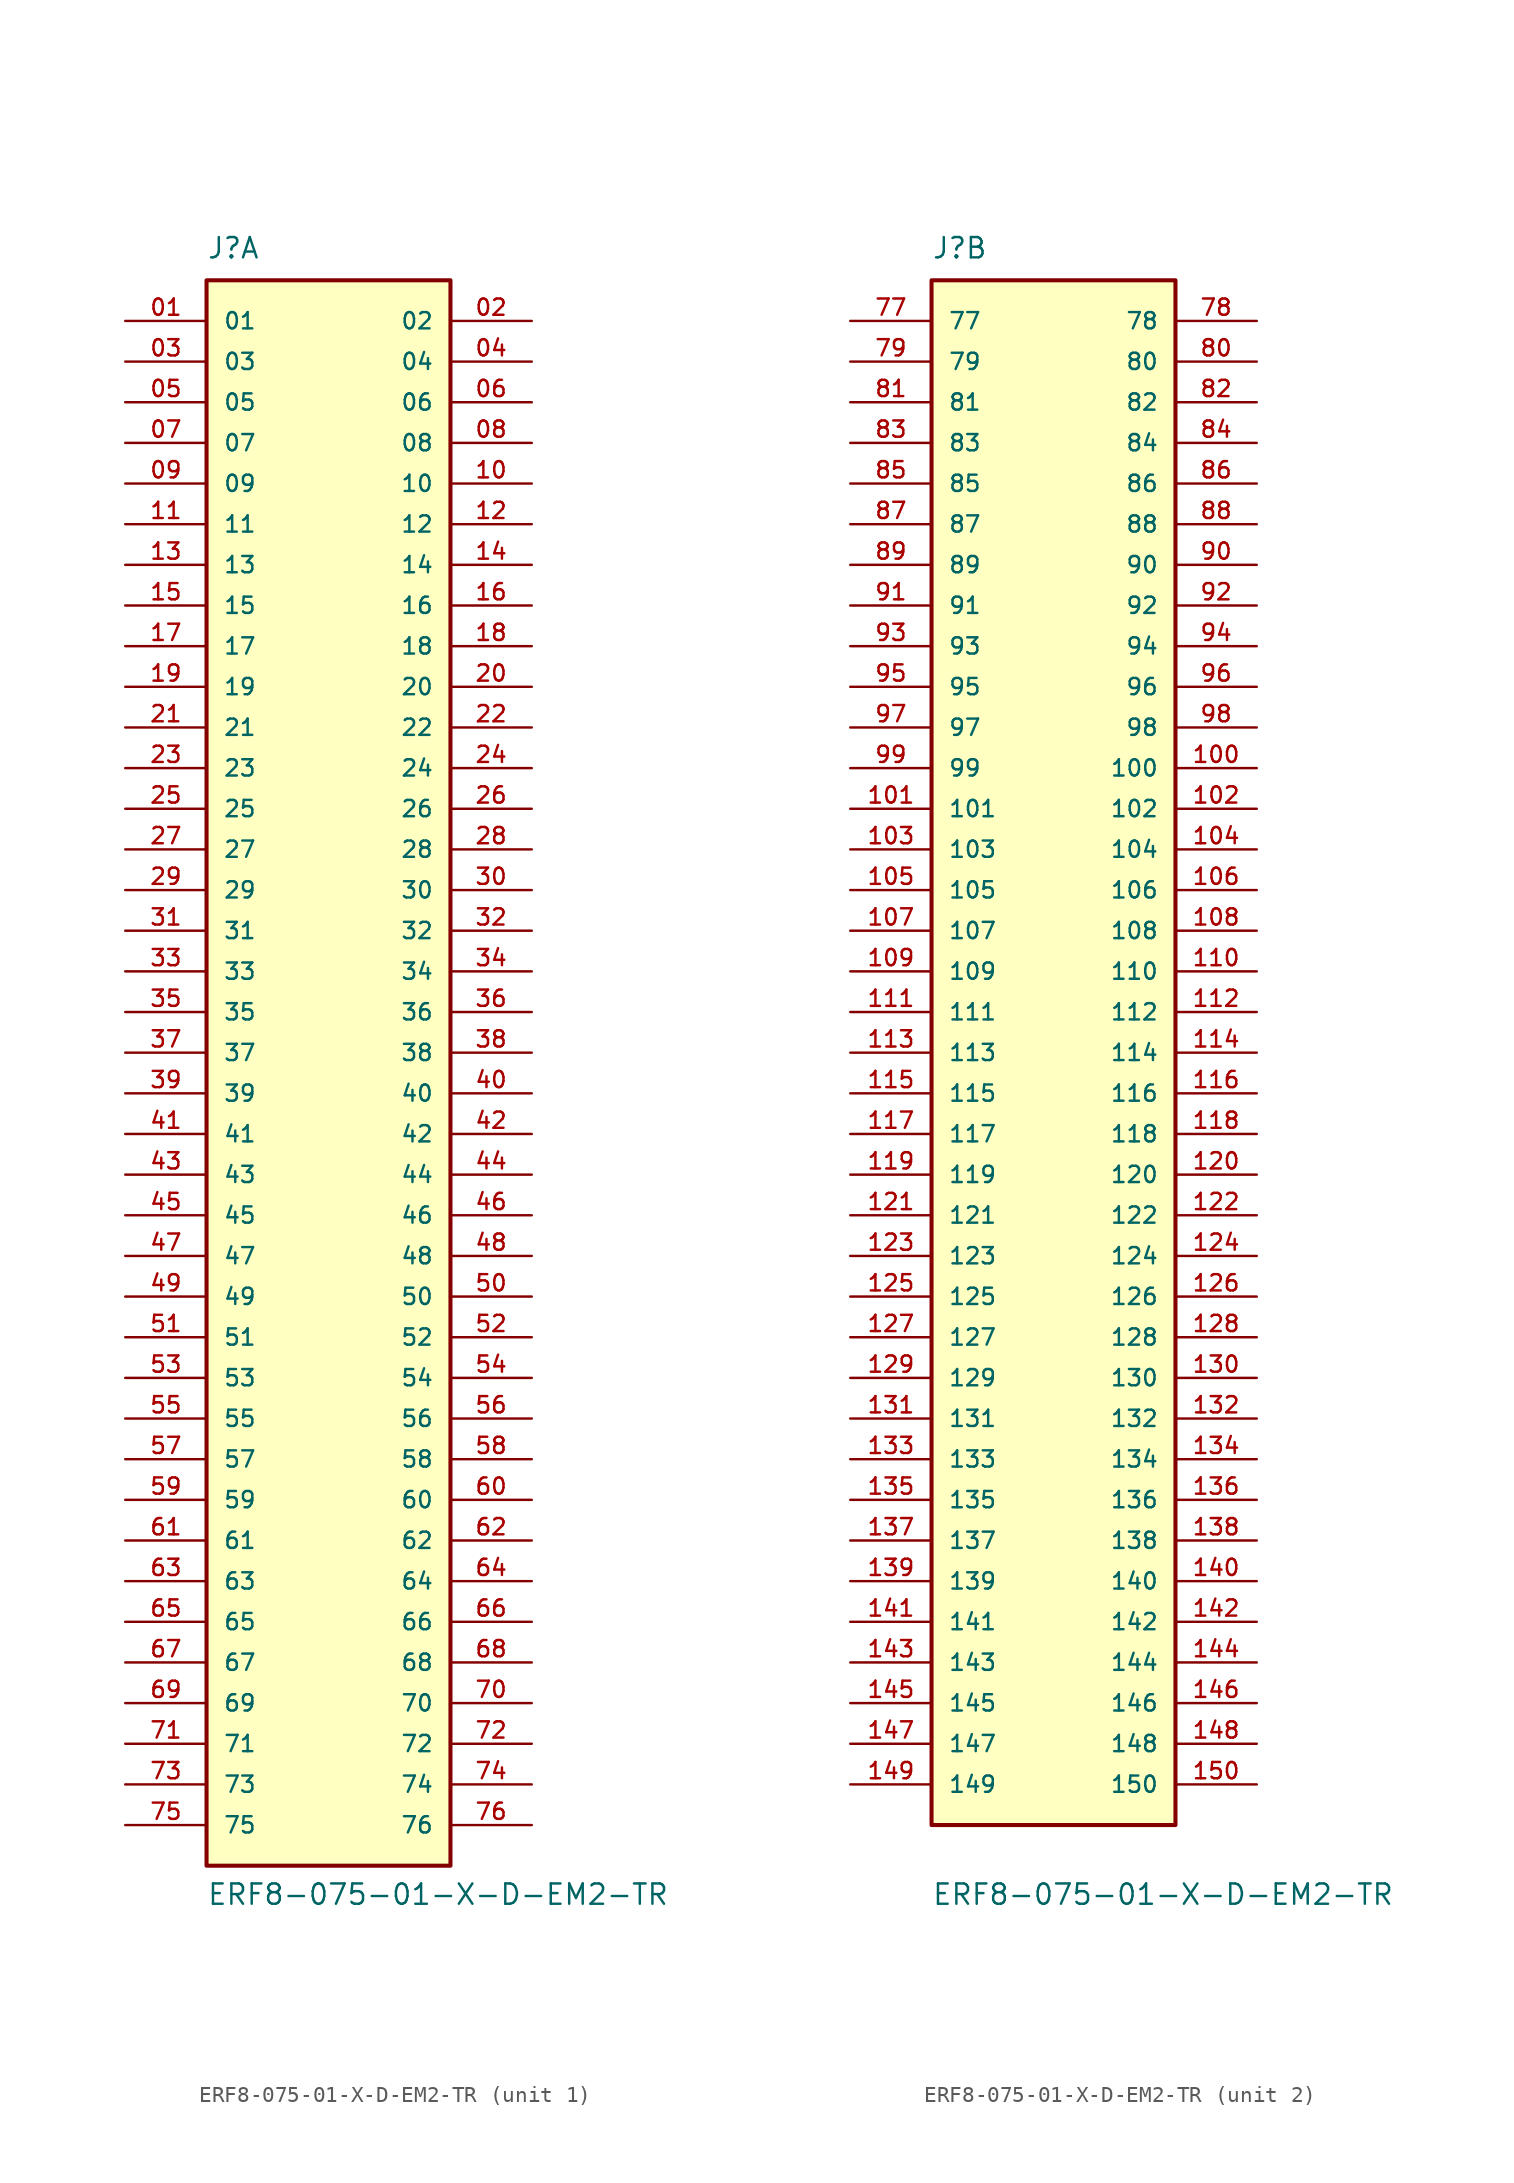
<source format=kicad_sym>
(kicad_symbol_lib
  (version 20211014)
  (generator kicad_symbol_editor)
  (symbol "ERF8-075-01-X-D-EM2-TR"
    (pin_names
      (offset 1.016))
    (property "Reference" "J"
      (at -7.62 49.53 0)
      (effects (font (size 1.27 1.27)) (justify bottom left)))
    (property "Value" "ERF8-075-01-X-D-EM2-TR"
      (at -7.62 -53.34 0)
      (effects (font (size 1.27 1.27)) (justify bottom left)))
    (symbol "ERF8-075-01-X-D-EM2-TR_1_0"
      (rectangle (start -7.62 -50.8) (end 7.62 48.26) (stroke (width 0.254)) (fill (type background)))
      (pin passive line (at -12.7 45.72 0) (length 5.08) (name "01" (effects (font (size 1.016 1.016)))) (number "01" (effects (font (size 1.016 1.016)))))
      (pin passive line (at 12.7 45.72 180.0) (length 5.08) (name "02" (effects (font (size 1.016 1.016)))) (number "02" (effects (font (size 1.016 1.016)))))
      (pin passive line (at -12.7 43.18 0) (length 5.08) (name "03" (effects (font (size 1.016 1.016)))) (number "03" (effects (font (size 1.016 1.016)))))
      (pin passive line (at 12.7 43.18 180.0) (length 5.08) (name "04" (effects (font (size 1.016 1.016)))) (number "04" (effects (font (size 1.016 1.016)))))
      (pin passive line (at -12.7 40.64 0) (length 5.08) (name "05" (effects (font (size 1.016 1.016)))) (number "05" (effects (font (size 1.016 1.016)))))
      (pin passive line (at 12.7 40.64 180.0) (length 5.08) (name "06" (effects (font (size 1.016 1.016)))) (number "06" (effects (font (size 1.016 1.016)))))
      (pin passive line (at -12.7 38.1 0) (length 5.08) (name "07" (effects (font (size 1.016 1.016)))) (number "07" (effects (font (size 1.016 1.016)))))
      (pin passive line (at 12.7 38.1 180.0) (length 5.08) (name "08" (effects (font (size 1.016 1.016)))) (number "08" (effects (font (size 1.016 1.016)))))
      (pin passive line (at -12.7 35.56 0) (length 5.08) (name "09" (effects (font (size 1.016 1.016)))) (number "09" (effects (font (size 1.016 1.016)))))
      (pin passive line (at 12.7 35.56 180.0) (length 5.08) (name "10" (effects (font (size 1.016 1.016)))) (number "10" (effects (font (size 1.016 1.016)))))
      (pin passive line (at -12.7 33.02 0) (length 5.08) (name "11" (effects (font (size 1.016 1.016)))) (number "11" (effects (font (size 1.016 1.016)))))
      (pin passive line (at 12.7 33.02 180.0) (length 5.08) (name "12" (effects (font (size 1.016 1.016)))) (number "12" (effects (font (size 1.016 1.016)))))
      (pin passive line (at -12.7 30.48 0) (length 5.08) (name "13" (effects (font (size 1.016 1.016)))) (number "13" (effects (font (size 1.016 1.016)))))
      (pin passive line (at 12.7 30.48 180.0) (length 5.08) (name "14" (effects (font (size 1.016 1.016)))) (number "14" (effects (font (size 1.016 1.016)))))
      (pin passive line (at -12.7 27.94 0) (length 5.08) (name "15" (effects (font (size 1.016 1.016)))) (number "15" (effects (font (size 1.016 1.016)))))
      (pin passive line (at 12.7 27.94 180.0) (length 5.08) (name "16" (effects (font (size 1.016 1.016)))) (number "16" (effects (font (size 1.016 1.016)))))
      (pin passive line (at -12.7 25.4 0) (length 5.08) (name "17" (effects (font (size 1.016 1.016)))) (number "17" (effects (font (size 1.016 1.016)))))
      (pin passive line (at 12.7 25.4 180.0) (length 5.08) (name "18" (effects (font (size 1.016 1.016)))) (number "18" (effects (font (size 1.016 1.016)))))
      (pin passive line (at -12.7 22.86 0) (length 5.08) (name "19" (effects (font (size 1.016 1.016)))) (number "19" (effects (font (size 1.016 1.016)))))
      (pin passive line (at 12.7 22.86 180.0) (length 5.08) (name "20" (effects (font (size 1.016 1.016)))) (number "20" (effects (font (size 1.016 1.016)))))
      (pin passive line (at -12.7 20.32 0) (length 5.08) (name "21" (effects (font (size 1.016 1.016)))) (number "21" (effects (font (size 1.016 1.016)))))
      (pin passive line (at 12.7 20.32 180.0) (length 5.08) (name "22" (effects (font (size 1.016 1.016)))) (number "22" (effects (font (size 1.016 1.016)))))
      (pin passive line (at -12.7 17.78 0) (length 5.08) (name "23" (effects (font (size 1.016 1.016)))) (number "23" (effects (font (size 1.016 1.016)))))
      (pin passive line (at 12.7 17.78 180.0) (length 5.08) (name "24" (effects (font (size 1.016 1.016)))) (number "24" (effects (font (size 1.016 1.016)))))
      (pin passive line (at -12.7 15.24 0) (length 5.08) (name "25" (effects (font (size 1.016 1.016)))) (number "25" (effects (font (size 1.016 1.016)))))
      (pin passive line (at 12.7 15.24 180.0) (length 5.08) (name "26" (effects (font (size 1.016 1.016)))) (number "26" (effects (font (size 1.016 1.016)))))
      (pin passive line (at -12.7 12.7 0) (length 5.08) (name "27" (effects (font (size 1.016 1.016)))) (number "27" (effects (font (size 1.016 1.016)))))
      (pin passive line (at 12.7 12.7 180.0) (length 5.08) (name "28" (effects (font (size 1.016 1.016)))) (number "28" (effects (font (size 1.016 1.016)))))
      (pin passive line (at -12.7 10.16 0) (length 5.08) (name "29" (effects (font (size 1.016 1.016)))) (number "29" (effects (font (size 1.016 1.016)))))
      (pin passive line (at 12.7 10.16 180.0) (length 5.08) (name "30" (effects (font (size 1.016 1.016)))) (number "30" (effects (font (size 1.016 1.016)))))
      (pin passive line (at -12.7 7.62 0) (length 5.08) (name "31" (effects (font (size 1.016 1.016)))) (number "31" (effects (font (size 1.016 1.016)))))
      (pin passive line (at 12.7 7.62 180.0) (length 5.08) (name "32" (effects (font (size 1.016 1.016)))) (number "32" (effects (font (size 1.016 1.016)))))
      (pin passive line (at -12.7 5.08 0) (length 5.08) (name "33" (effects (font (size 1.016 1.016)))) (number "33" (effects (font (size 1.016 1.016)))))
      (pin passive line (at 12.7 5.08 180.0) (length 5.08) (name "34" (effects (font (size 1.016 1.016)))) (number "34" (effects (font (size 1.016 1.016)))))
      (pin passive line (at -12.7 2.54 0) (length 5.08) (name "35" (effects (font (size 1.016 1.016)))) (number "35" (effects (font (size 1.016 1.016)))))
      (pin passive line (at 12.7 2.54 180.0) (length 5.08) (name "36" (effects (font (size 1.016 1.016)))) (number "36" (effects (font (size 1.016 1.016)))))
      (pin passive line (at -12.7 0.0 0) (length 5.08) (name "37" (effects (font (size 1.016 1.016)))) (number "37" (effects (font (size 1.016 1.016)))))
      (pin passive line (at 12.7 0.0 180.0) (length 5.08) (name "38" (effects (font (size 1.016 1.016)))) (number "38" (effects (font (size 1.016 1.016)))))
      (pin passive line (at -12.7 -2.54 0) (length 5.08) (name "39" (effects (font (size 1.016 1.016)))) (number "39" (effects (font (size 1.016 1.016)))))
      (pin passive line (at 12.7 -2.54 180.0) (length 5.08) (name "40" (effects (font (size 1.016 1.016)))) (number "40" (effects (font (size 1.016 1.016)))))
      (pin passive line (at -12.7 -5.08 0) (length 5.08) (name "41" (effects (font (size 1.016 1.016)))) (number "41" (effects (font (size 1.016 1.016)))))
      (pin passive line (at 12.7 -5.08 180.0) (length 5.08) (name "42" (effects (font (size 1.016 1.016)))) (number "42" (effects (font (size 1.016 1.016)))))
      (pin passive line (at -12.7 -7.62 0) (length 5.08) (name "43" (effects (font (size 1.016 1.016)))) (number "43" (effects (font (size 1.016 1.016)))))
      (pin passive line (at 12.7 -7.62 180.0) (length 5.08) (name "44" (effects (font (size 1.016 1.016)))) (number "44" (effects (font (size 1.016 1.016)))))
      (pin passive line (at -12.7 -10.16 0) (length 5.08) (name "45" (effects (font (size 1.016 1.016)))) (number "45" (effects (font (size 1.016 1.016)))))
      (pin passive line (at 12.7 -10.16 180.0) (length 5.08) (name "46" (effects (font (size 1.016 1.016)))) (number "46" (effects (font (size 1.016 1.016)))))
      (pin passive line (at -12.7 -12.7 0) (length 5.08) (name "47" (effects (font (size 1.016 1.016)))) (number "47" (effects (font (size 1.016 1.016)))))
      (pin passive line (at 12.7 -12.7 180.0) (length 5.08) (name "48" (effects (font (size 1.016 1.016)))) (number "48" (effects (font (size 1.016 1.016)))))
      (pin passive line (at -12.7 -15.24 0) (length 5.08) (name "49" (effects (font (size 1.016 1.016)))) (number "49" (effects (font (size 1.016 1.016)))))
      (pin passive line (at 12.7 -15.24 180.0) (length 5.08) (name "50" (effects (font (size 1.016 1.016)))) (number "50" (effects (font (size 1.016 1.016)))))
      (pin passive line (at -12.7 -17.78 0) (length 5.08) (name "51" (effects (font (size 1.016 1.016)))) (number "51" (effects (font (size 1.016 1.016)))))
      (pin passive line (at 12.7 -17.78 180.0) (length 5.08) (name "52" (effects (font (size 1.016 1.016)))) (number "52" (effects (font (size 1.016 1.016)))))
      (pin passive line (at -12.7 -20.32 0) (length 5.08) (name "53" (effects (font (size 1.016 1.016)))) (number "53" (effects (font (size 1.016 1.016)))))
      (pin passive line (at 12.7 -20.32 180.0) (length 5.08) (name "54" (effects (font (size 1.016 1.016)))) (number "54" (effects (font (size 1.016 1.016)))))
      (pin passive line (at -12.7 -22.86 0) (length 5.08) (name "55" (effects (font (size 1.016 1.016)))) (number "55" (effects (font (size 1.016 1.016)))))
      (pin passive line (at 12.7 -22.86 180.0) (length 5.08) (name "56" (effects (font (size 1.016 1.016)))) (number "56" (effects (font (size 1.016 1.016)))))
      (pin passive line (at -12.7 -25.4 0) (length 5.08) (name "57" (effects (font (size 1.016 1.016)))) (number "57" (effects (font (size 1.016 1.016)))))
      (pin passive line (at 12.7 -25.4 180.0) (length 5.08) (name "58" (effects (font (size 1.016 1.016)))) (number "58" (effects (font (size 1.016 1.016)))))
      (pin passive line (at -12.7 -27.94 0) (length 5.08) (name "59" (effects (font (size 1.016 1.016)))) (number "59" (effects (font (size 1.016 1.016)))))
      (pin passive line (at 12.7 -27.94 180.0) (length 5.08) (name "60" (effects (font (size 1.016 1.016)))) (number "60" (effects (font (size 1.016 1.016)))))
      (pin passive line (at -12.7 -30.48 0) (length 5.08) (name "61" (effects (font (size 1.016 1.016)))) (number "61" (effects (font (size 1.016 1.016)))))
      (pin passive line (at 12.7 -30.48 180.0) (length 5.08) (name "62" (effects (font (size 1.016 1.016)))) (number "62" (effects (font (size 1.016 1.016)))))
      (pin passive line (at -12.7 -33.02 0) (length 5.08) (name "63" (effects (font (size 1.016 1.016)))) (number "63" (effects (font (size 1.016 1.016)))))
      (pin passive line (at 12.7 -33.02 180.0) (length 5.08) (name "64" (effects (font (size 1.016 1.016)))) (number "64" (effects (font (size 1.016 1.016)))))
      (pin passive line (at -12.7 -35.56 0) (length 5.08) (name "65" (effects (font (size 1.016 1.016)))) (number "65" (effects (font (size 1.016 1.016)))))
      (pin passive line (at 12.7 -35.56 180.0) (length 5.08) (name "66" (effects (font (size 1.016 1.016)))) (number "66" (effects (font (size 1.016 1.016)))))
      (pin passive line (at -12.7 -38.1 0) (length 5.08) (name "67" (effects (font (size 1.016 1.016)))) (number "67" (effects (font (size 1.016 1.016)))))
      (pin passive line (at 12.7 -38.1 180.0) (length 5.08) (name "68" (effects (font (size 1.016 1.016)))) (number "68" (effects (font (size 1.016 1.016)))))
      (pin passive line (at -12.7 -40.64 0) (length 5.08) (name "69" (effects (font (size 1.016 1.016)))) (number "69" (effects (font (size 1.016 1.016)))))
      (pin passive line (at 12.7 -40.64 180.0) (length 5.08) (name "70" (effects (font (size 1.016 1.016)))) (number "70" (effects (font (size 1.016 1.016)))))
      (pin passive line (at -12.7 -43.18 0) (length 5.08) (name "71" (effects (font (size 1.016 1.016)))) (number "71" (effects (font (size 1.016 1.016)))))
      (pin passive line (at 12.7 -43.18 180.0) (length 5.08) (name "72" (effects (font (size 1.016 1.016)))) (number "72" (effects (font (size 1.016 1.016)))))
      (pin passive line (at -12.7 -45.72 0) (length 5.08) (name "73" (effects (font (size 1.016 1.016)))) (number "73" (effects (font (size 1.016 1.016)))))
      (pin passive line (at 12.7 -45.72 180.0) (length 5.08) (name "74" (effects (font (size 1.016 1.016)))) (number "74" (effects (font (size 1.016 1.016)))))
      (pin passive line (at -12.7 -48.26 0) (length 5.08) (name "75" (effects (font (size 1.016 1.016)))) (number "75" (effects (font (size 1.016 1.016)))))
      (pin passive line (at 12.7 -48.26 180.0) (length 5.08) (name "76" (effects (font (size 1.016 1.016)))) (number "76" (effects (font (size 1.016 1.016))))))
    (symbol "ERF8-075-01-X-D-EM2-TR_2_0"
      (rectangle (start -7.62 -48.26) (end 7.62 48.26) (stroke (width 0.254)) (fill (type background)))
      (pin passive line (at -12.7 45.72 0) (length 5.08) (name "77" (effects (font (size 1.016 1.016)))) (number "77" (effects (font (size 1.016 1.016)))))
      (pin passive line (at 12.7 45.72 180.0) (length 5.08) (name "78" (effects (font (size 1.016 1.016)))) (number "78" (effects (font (size 1.016 1.016)))))
      (pin passive line (at -12.7 43.18 0) (length 5.08) (name "79" (effects (font (size 1.016 1.016)))) (number "79" (effects (font (size 1.016 1.016)))))
      (pin passive line (at 12.7 43.18 180.0) (length 5.08) (name "80" (effects (font (size 1.016 1.016)))) (number "80" (effects (font (size 1.016 1.016)))))
      (pin passive line (at -12.7 40.64 0) (length 5.08) (name "81" (effects (font (size 1.016 1.016)))) (number "81" (effects (font (size 1.016 1.016)))))
      (pin passive line (at 12.7 40.64 180.0) (length 5.08) (name "82" (effects (font (size 1.016 1.016)))) (number "82" (effects (font (size 1.016 1.016)))))
      (pin passive line (at -12.7 38.1 0) (length 5.08) (name "83" (effects (font (size 1.016 1.016)))) (number "83" (effects (font (size 1.016 1.016)))))
      (pin passive line (at 12.7 38.1 180.0) (length 5.08) (name "84" (effects (font (size 1.016 1.016)))) (number "84" (effects (font (size 1.016 1.016)))))
      (pin passive line (at -12.7 35.56 0) (length 5.08) (name "85" (effects (font (size 1.016 1.016)))) (number "85" (effects (font (size 1.016 1.016)))))
      (pin passive line (at 12.7 35.56 180.0) (length 5.08) (name "86" (effects (font (size 1.016 1.016)))) (number "86" (effects (font (size 1.016 1.016)))))
      (pin passive line (at -12.7 33.02 0) (length 5.08) (name "87" (effects (font (size 1.016 1.016)))) (number "87" (effects (font (size 1.016 1.016)))))
      (pin passive line (at 12.7 33.02 180.0) (length 5.08) (name "88" (effects (font (size 1.016 1.016)))) (number "88" (effects (font (size 1.016 1.016)))))
      (pin passive line (at -12.7 30.48 0) (length 5.08) (name "89" (effects (font (size 1.016 1.016)))) (number "89" (effects (font (size 1.016 1.016)))))
      (pin passive line (at 12.7 30.48 180.0) (length 5.08) (name "90" (effects (font (size 1.016 1.016)))) (number "90" (effects (font (size 1.016 1.016)))))
      (pin passive line (at -12.7 27.94 0) (length 5.08) (name "91" (effects (font (size 1.016 1.016)))) (number "91" (effects (font (size 1.016 1.016)))))
      (pin passive line (at 12.7 27.94 180.0) (length 5.08) (name "92" (effects (font (size 1.016 1.016)))) (number "92" (effects (font (size 1.016 1.016)))))
      (pin passive line (at -12.7 25.4 0) (length 5.08) (name "93" (effects (font (size 1.016 1.016)))) (number "93" (effects (font (size 1.016 1.016)))))
      (pin passive line (at 12.7 25.4 180.0) (length 5.08) (name "94" (effects (font (size 1.016 1.016)))) (number "94" (effects (font (size 1.016 1.016)))))
      (pin passive line (at -12.7 22.86 0) (length 5.08) (name "95" (effects (font (size 1.016 1.016)))) (number "95" (effects (font (size 1.016 1.016)))))
      (pin passive line (at 12.7 22.86 180.0) (length 5.08) (name "96" (effects (font (size 1.016 1.016)))) (number "96" (effects (font (size 1.016 1.016)))))
      (pin passive line (at -12.7 20.32 0) (length 5.08) (name "97" (effects (font (size 1.016 1.016)))) (number "97" (effects (font (size 1.016 1.016)))))
      (pin passive line (at 12.7 20.32 180.0) (length 5.08) (name "98" (effects (font (size 1.016 1.016)))) (number "98" (effects (font (size 1.016 1.016)))))
      (pin passive line (at -12.7 17.78 0) (length 5.08) (name "99" (effects (font (size 1.016 1.016)))) (number "99" (effects (font (size 1.016 1.016)))))
      (pin passive line (at 12.7 17.78 180.0) (length 5.08) (name "100" (effects (font (size 1.016 1.016)))) (number "100" (effects (font (size 1.016 1.016)))))
      (pin passive line (at -12.7 15.24 0) (length 5.08) (name "101" (effects (font (size 1.016 1.016)))) (number "101" (effects (font (size 1.016 1.016)))))
      (pin passive line (at 12.7 15.24 180.0) (length 5.08) (name "102" (effects (font (size 1.016 1.016)))) (number "102" (effects (font (size 1.016 1.016)))))
      (pin passive line (at -12.7 12.7 0) (length 5.08) (name "103" (effects (font (size 1.016 1.016)))) (number "103" (effects (font (size 1.016 1.016)))))
      (pin passive line (at 12.7 12.7 180.0) (length 5.08) (name "104" (effects (font (size 1.016 1.016)))) (number "104" (effects (font (size 1.016 1.016)))))
      (pin passive line (at -12.7 10.16 0) (length 5.08) (name "105" (effects (font (size 1.016 1.016)))) (number "105" (effects (font (size 1.016 1.016)))))
      (pin passive line (at 12.7 10.16 180.0) (length 5.08) (name "106" (effects (font (size 1.016 1.016)))) (number "106" (effects (font (size 1.016 1.016)))))
      (pin passive line (at -12.7 7.62 0) (length 5.08) (name "107" (effects (font (size 1.016 1.016)))) (number "107" (effects (font (size 1.016 1.016)))))
      (pin passive line (at 12.7 7.62 180.0) (length 5.08) (name "108" (effects (font (size 1.016 1.016)))) (number "108" (effects (font (size 1.016 1.016)))))
      (pin passive line (at -12.7 5.08 0) (length 5.08) (name "109" (effects (font (size 1.016 1.016)))) (number "109" (effects (font (size 1.016 1.016)))))
      (pin passive line (at 12.7 5.08 180.0) (length 5.08) (name "110" (effects (font (size 1.016 1.016)))) (number "110" (effects (font (size 1.016 1.016)))))
      (pin passive line (at -12.7 2.54 0) (length 5.08) (name "111" (effects (font (size 1.016 1.016)))) (number "111" (effects (font (size 1.016 1.016)))))
      (pin passive line (at 12.7 2.54 180.0) (length 5.08) (name "112" (effects (font (size 1.016 1.016)))) (number "112" (effects (font (size 1.016 1.016)))))
      (pin passive line (at -12.7 0.0 0) (length 5.08) (name "113" (effects (font (size 1.016 1.016)))) (number "113" (effects (font (size 1.016 1.016)))))
      (pin passive line (at 12.7 0.0 180.0) (length 5.08) (name "114" (effects (font (size 1.016 1.016)))) (number "114" (effects (font (size 1.016 1.016)))))
      (pin passive line (at -12.7 -2.54 0) (length 5.08) (name "115" (effects (font (size 1.016 1.016)))) (number "115" (effects (font (size 1.016 1.016)))))
      (pin passive line (at 12.7 -2.54 180.0) (length 5.08) (name "116" (effects (font (size 1.016 1.016)))) (number "116" (effects (font (size 1.016 1.016)))))
      (pin passive line (at -12.7 -5.08 0) (length 5.08) (name "117" (effects (font (size 1.016 1.016)))) (number "117" (effects (font (size 1.016 1.016)))))
      (pin passive line (at 12.7 -5.08 180.0) (length 5.08) (name "118" (effects (font (size 1.016 1.016)))) (number "118" (effects (font (size 1.016 1.016)))))
      (pin passive line (at -12.7 -7.62 0) (length 5.08) (name "119" (effects (font (size 1.016 1.016)))) (number "119" (effects (font (size 1.016 1.016)))))
      (pin passive line (at 12.7 -7.62 180.0) (length 5.08) (name "120" (effects (font (size 1.016 1.016)))) (number "120" (effects (font (size 1.016 1.016)))))
      (pin passive line (at -12.7 -10.16 0) (length 5.08) (name "121" (effects (font (size 1.016 1.016)))) (number "121" (effects (font (size 1.016 1.016)))))
      (pin passive line (at 12.7 -10.16 180.0) (length 5.08) (name "122" (effects (font (size 1.016 1.016)))) (number "122" (effects (font (size 1.016 1.016)))))
      (pin passive line (at -12.7 -12.7 0) (length 5.08) (name "123" (effects (font (size 1.016 1.016)))) (number "123" (effects (font (size 1.016 1.016)))))
      (pin passive line (at 12.7 -12.7 180.0) (length 5.08) (name "124" (effects (font (size 1.016 1.016)))) (number "124" (effects (font (size 1.016 1.016)))))
      (pin passive line (at -12.7 -15.24 0) (length 5.08) (name "125" (effects (font (size 1.016 1.016)))) (number "125" (effects (font (size 1.016 1.016)))))
      (pin passive line (at 12.7 -15.24 180.0) (length 5.08) (name "126" (effects (font (size 1.016 1.016)))) (number "126" (effects (font (size 1.016 1.016)))))
      (pin passive line (at -12.7 -17.78 0) (length 5.08) (name "127" (effects (font (size 1.016 1.016)))) (number "127" (effects (font (size 1.016 1.016)))))
      (pin passive line (at 12.7 -17.78 180.0) (length 5.08) (name "128" (effects (font (size 1.016 1.016)))) (number "128" (effects (font (size 1.016 1.016)))))
      (pin passive line (at -12.7 -20.32 0) (length 5.08) (name "129" (effects (font (size 1.016 1.016)))) (number "129" (effects (font (size 1.016 1.016)))))
      (pin passive line (at 12.7 -20.32 180.0) (length 5.08) (name "130" (effects (font (size 1.016 1.016)))) (number "130" (effects (font (size 1.016 1.016)))))
      (pin passive line (at -12.7 -22.86 0) (length 5.08) (name "131" (effects (font (size 1.016 1.016)))) (number "131" (effects (font (size 1.016 1.016)))))
      (pin passive line (at 12.7 -22.86 180.0) (length 5.08) (name "132" (effects (font (size 1.016 1.016)))) (number "132" (effects (font (size 1.016 1.016)))))
      (pin passive line (at -12.7 -25.4 0) (length 5.08) (name "133" (effects (font (size 1.016 1.016)))) (number "133" (effects (font (size 1.016 1.016)))))
      (pin passive line (at 12.7 -25.4 180.0) (length 5.08) (name "134" (effects (font (size 1.016 1.016)))) (number "134" (effects (font (size 1.016 1.016)))))
      (pin passive line (at -12.7 -27.94 0) (length 5.08) (name "135" (effects (font (size 1.016 1.016)))) (number "135" (effects (font (size 1.016 1.016)))))
      (pin passive line (at 12.7 -27.94 180.0) (length 5.08) (name "136" (effects (font (size 1.016 1.016)))) (number "136" (effects (font (size 1.016 1.016)))))
      (pin passive line (at -12.7 -30.48 0) (length 5.08) (name "137" (effects (font (size 1.016 1.016)))) (number "137" (effects (font (size 1.016 1.016)))))
      (pin passive line (at 12.7 -30.48 180.0) (length 5.08) (name "138" (effects (font (size 1.016 1.016)))) (number "138" (effects (font (size 1.016 1.016)))))
      (pin passive line (at -12.7 -33.02 0) (length 5.08) (name "139" (effects (font (size 1.016 1.016)))) (number "139" (effects (font (size 1.016 1.016)))))
      (pin passive line (at 12.7 -33.02 180.0) (length 5.08) (name "140" (effects (font (size 1.016 1.016)))) (number "140" (effects (font (size 1.016 1.016)))))
      (pin passive line (at -12.7 -35.56 0) (length 5.08) (name "141" (effects (font (size 1.016 1.016)))) (number "141" (effects (font (size 1.016 1.016)))))
      (pin passive line (at 12.7 -35.56 180.0) (length 5.08) (name "142" (effects (font (size 1.016 1.016)))) (number "142" (effects (font (size 1.016 1.016)))))
      (pin passive line (at -12.7 -38.1 0) (length 5.08) (name "143" (effects (font (size 1.016 1.016)))) (number "143" (effects (font (size 1.016 1.016)))))
      (pin passive line (at 12.7 -38.1 180.0) (length 5.08) (name "144" (effects (font (size 1.016 1.016)))) (number "144" (effects (font (size 1.016 1.016)))))
      (pin passive line (at -12.7 -40.64 0) (length 5.08) (name "145" (effects (font (size 1.016 1.016)))) (number "145" (effects (font (size 1.016 1.016)))))
      (pin passive line (at 12.7 -40.64 180.0) (length 5.08) (name "146" (effects (font (size 1.016 1.016)))) (number "146" (effects (font (size 1.016 1.016)))))
      (pin passive line (at -12.7 -43.18 0) (length 5.08) (name "147" (effects (font (size 1.016 1.016)))) (number "147" (effects (font (size 1.016 1.016)))))
      (pin passive line (at 12.7 -43.18 180.0) (length 5.08) (name "148" (effects (font (size 1.016 1.016)))) (number "148" (effects (font (size 1.016 1.016)))))
      (pin passive line (at -12.7 -45.72 0) (length 5.08) (name "149" (effects (font (size 1.016 1.016)))) (number "149" (effects (font (size 1.016 1.016)))))
      (pin passive line (at 12.7 -45.72 180.0) (length 5.08) (name "150" (effects (font (size 1.016 1.016)))) (number "150" (effects (font (size 1.016 1.016))))))))
</source>
